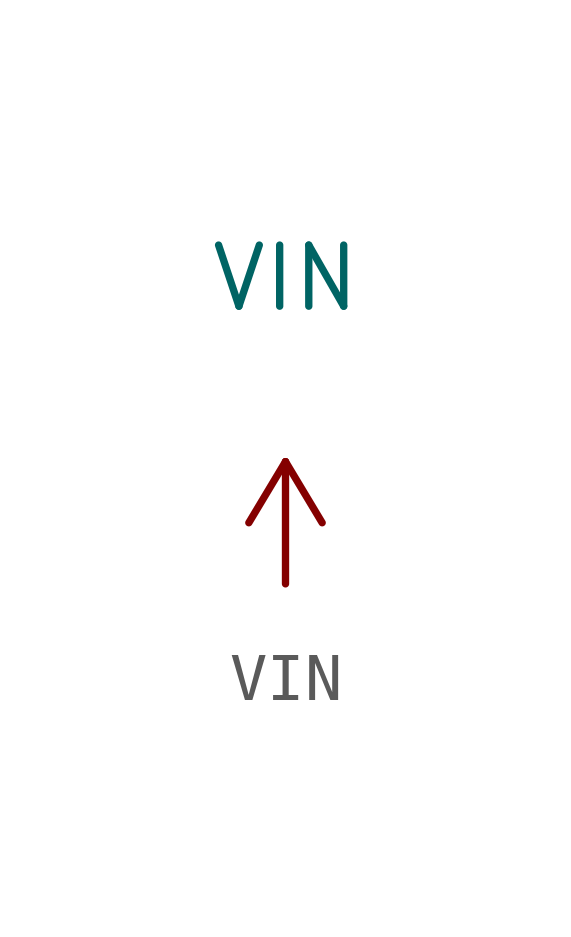
<source format=kicad_sym>
(kicad_symbol_lib
  (version 20220914)
  (generator kicad_symbol_editor)
  (symbol "VIN"
    (power)
    (pin_names
      (offset 0))
    (property "Reference" "#PWR"
      (at 0 -2.54 0)
      (effects (font (size 1.27 1.27)) hide))
    (property "Value" "VIN"
      (at 0 6.35 0)
      (effects (font (size 1.27 1.27))))
    (symbol "VIN_0_1"
      (polyline (pts (xy -0.762 1.27) (xy 0 2.54)) (stroke (width 0) (type default)) (fill (type none)))
      (polyline (pts (xy 0 0) (xy 0 2.54)) (stroke (width 0) (type default)) (fill (type none)))
      (polyline (pts (xy 0 2.54) (xy 0.762 1.27)) (stroke (width 0) (type default)) (fill (type none))))
    (symbol "VIN_1_1"
      (pin power_in line (at 0 0 90) (length 0) hide (name "VIN" (effects (font (size 1.27 1.27)))) (number "1" (effects (font (size 1.27 1.27))))))))
</source>
